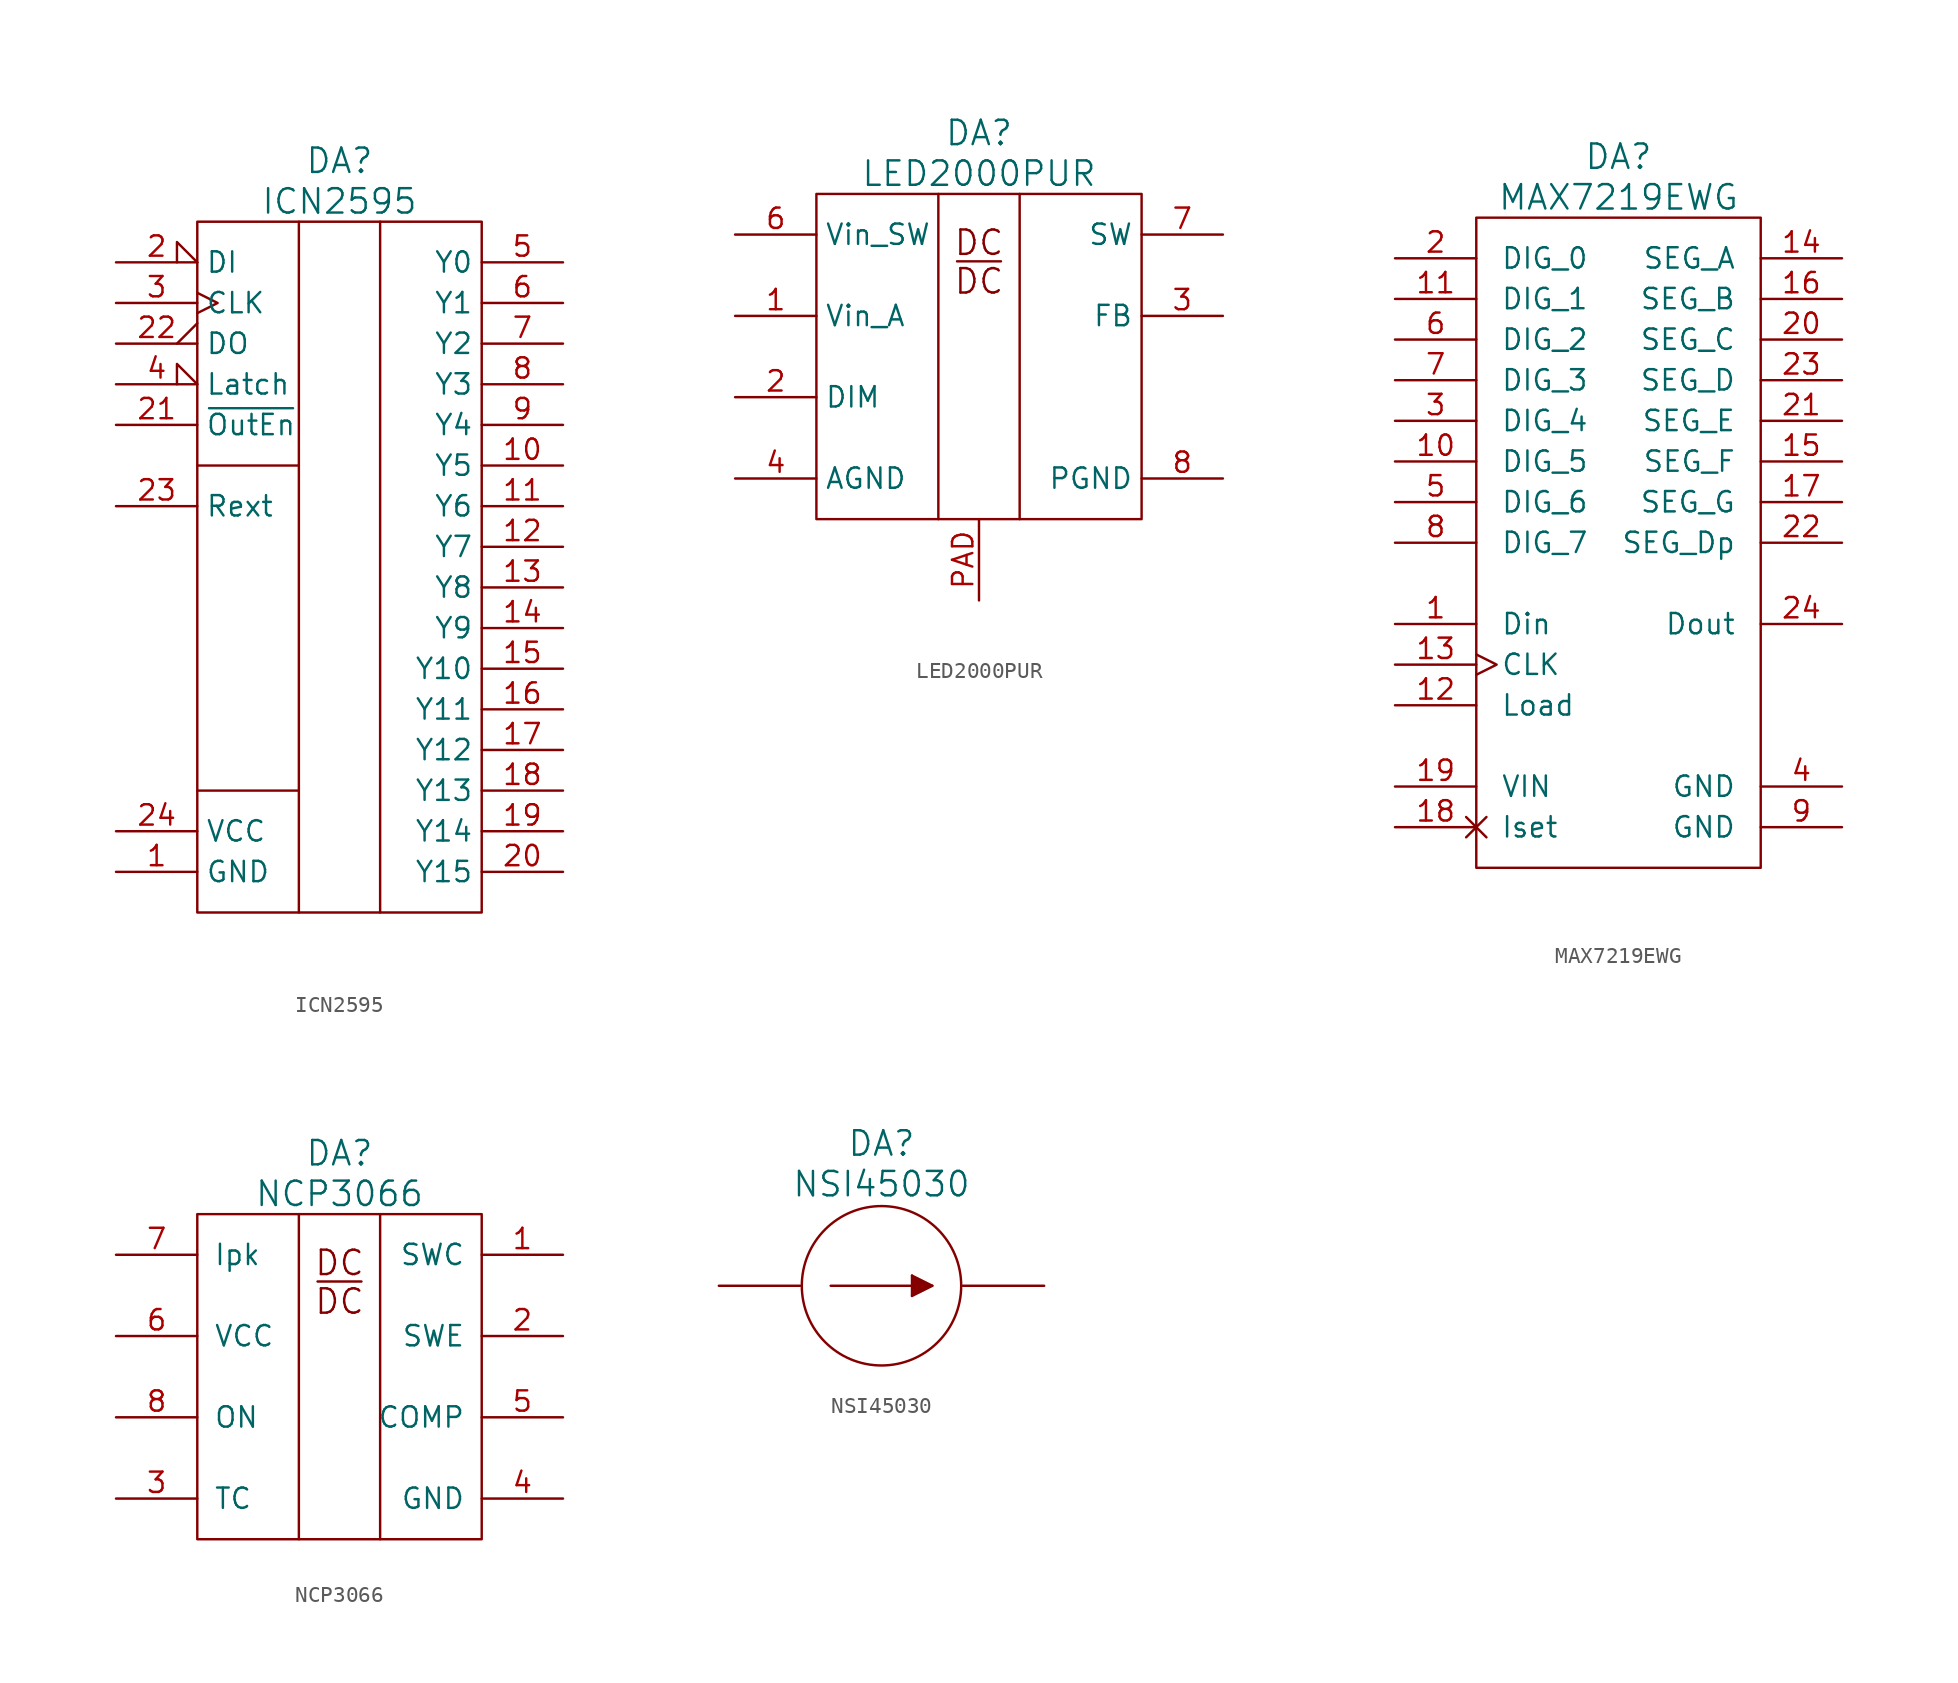
<source format=kicad_sym>
(kicad_symbol_lib
  (version 20220914)
  (generator kicad_symbol_editor)
  (symbol "ICN2595"
    (property "Reference" "DA"
      (at 0 25.4 0)
      (effects (font (size 1.524 1.524))))
    (property "Value" "ICN2595"
      (at 0 22.86 0)
      (effects (font (size 1.524 1.524))))
    (symbol "ICN2595_0_1"
      (rectangle (start -8.89 21.59) (end 8.89 -21.59) (stroke (width 0) (type solid)) (fill (type none)))
      (polyline (pts (xy -8.89 6.35) (xy -2.54 6.35)) (stroke (width 0) (type solid)) (fill (type none)))
      (polyline (pts (xy -2.54 -13.97) (xy -8.89 -13.97)) (stroke (width 0) (type solid)) (fill (type none)))
      (polyline (pts (xy -2.54 21.59) (xy -2.54 -6.35) (xy -2.54 -21.59)) (stroke (width 0) (type solid)) (fill (type none)))
      (polyline (pts (xy 2.54 21.59) (xy 2.54 -6.35) (xy 2.54 -21.59)) (stroke (width 0) (type solid)) (fill (type none))))
    (symbol "ICN2595_1_1"
      (pin power_in line (at -13.97 -19.05 0) (length 5.08) (name "GND" (effects (font (size 1.27 1.27)))) (number "1" (effects (font (size 1.27 1.27)))))
      (pin passive line (at 13.97 6.35 180) (length 5.08) (name "Y5" (effects (font (size 1.27 1.27)))) (number "10" (effects (font (size 1.27 1.27)))))
      (pin passive line (at 13.97 3.81 180) (length 5.08) (name "Y6" (effects (font (size 1.27 1.27)))) (number "11" (effects (font (size 1.27 1.27)))))
      (pin passive line (at 13.97 1.27 180) (length 5.08) (name "Y7" (effects (font (size 1.27 1.27)))) (number "12" (effects (font (size 1.27 1.27)))))
      (pin passive line (at 13.97 -1.27 180) (length 5.08) (name "Y8" (effects (font (size 1.27 1.27)))) (number "13" (effects (font (size 1.27 1.27)))))
      (pin passive line (at 13.97 -3.81 180) (length 5.08) (name "Y9" (effects (font (size 1.27 1.27)))) (number "14" (effects (font (size 1.27 1.27)))))
      (pin passive line (at 13.97 -6.35 180) (length 5.08) (name "Y10" (effects (font (size 1.27 1.27)))) (number "15" (effects (font (size 1.27 1.27)))))
      (pin passive line (at 13.97 -8.89 180) (length 5.08) (name "Y11" (effects (font (size 1.27 1.27)))) (number "16" (effects (font (size 1.27 1.27)))))
      (pin passive line (at 13.97 -11.43 180) (length 5.08) (name "Y12" (effects (font (size 1.27 1.27)))) (number "17" (effects (font (size 1.27 1.27)))))
      (pin passive line (at 13.97 -13.97 180) (length 5.08) (name "Y13" (effects (font (size 1.27 1.27)))) (number "18" (effects (font (size 1.27 1.27)))))
      (pin passive line (at 13.97 -16.51 180) (length 5.08) (name "Y14" (effects (font (size 1.27 1.27)))) (number "19" (effects (font (size 1.27 1.27)))))
      (pin passive input_low (at -13.97 19.05 0) (length 5.08) (name "DI" (effects (font (size 1.27 1.27)))) (number "2" (effects (font (size 1.27 1.27)))))
      (pin passive line (at 13.97 -19.05 180) (length 5.08) (name "Y15" (effects (font (size 1.27 1.27)))) (number "20" (effects (font (size 1.27 1.27)))))
      (pin passive line (at -13.97 8.89 0) (length 5.08) (name "~{OutEn}" (effects (font (size 1.27 1.27)))) (number "21" (effects (font (size 1.27 1.27)))))
      (pin passive output_low (at -13.97 13.97 0) (length 5.08) (name "DO" (effects (font (size 1.27 1.27)))) (number "22" (effects (font (size 1.27 1.27)))))
      (pin passive line (at -13.97 3.81 0) (length 5.08) (name "Rext" (effects (font (size 1.27 1.27)))) (number "23" (effects (font (size 1.27 1.27)))))
      (pin power_in line (at -13.97 -16.51 0) (length 5.08) (name "VCC" (effects (font (size 1.27 1.27)))) (number "24" (effects (font (size 1.27 1.27)))))
      (pin passive clock (at -13.97 16.51 0) (length 5.08) (name "CLK" (effects (font (size 1.27 1.27)))) (number "3" (effects (font (size 1.27 1.27)))))
      (pin passive input_low (at -13.97 11.43 0) (length 5.08) (name "Latch" (effects (font (size 1.27 1.27)))) (number "4" (effects (font (size 1.27 1.27)))))
      (pin passive line (at 13.97 19.05 180) (length 5.08) (name "Y0" (effects (font (size 1.27 1.27)))) (number "5" (effects (font (size 1.27 1.27)))))
      (pin passive line (at 13.97 16.51 180) (length 5.08) (name "Y1" (effects (font (size 1.27 1.27)))) (number "6" (effects (font (size 1.27 1.27)))))
      (pin passive line (at 13.97 13.97 180) (length 5.08) (name "Y2" (effects (font (size 1.27 1.27)))) (number "7" (effects (font (size 1.27 1.27)))))
      (pin passive line (at 13.97 11.43 180) (length 5.08) (name "Y3" (effects (font (size 1.27 1.27)))) (number "8" (effects (font (size 1.27 1.27)))))
      (pin passive line (at 13.97 8.89 180) (length 5.08) (name "Y4" (effects (font (size 1.27 1.27)))) (number "9" (effects (font (size 1.27 1.27)))))))
  (symbol "LED2000PUR"
    (property "Reference" "DA"
      (at 0 13.97 0)
      (effects (font (size 1.524 1.524))))
    (property "Value" "LED2000PUR"
      (at 0 11.43 0)
      (effects (font (size 1.524 1.524))))
    (property "Datasheet" ""
      (at -1.27 -2.54 0)
      (effects (font (size 1.524 1.524))))
    (symbol "LED2000PUR_0_0"
      (text "DC" (at 0 7.112 0) (effects (font (size 1.524 1.524))))
      (text "~{DC}" (at 0 4.699 0) (effects (font (size 1.524 1.524)))))
    (symbol "LED2000PUR_0_1"
      (rectangle (start -10.16 10.16) (end 10.16 -10.16) (stroke (width 0) (type solid)) (fill (type none)))
      (polyline (pts (xy 2.54 10.16) (xy 2.54 -10.16)) (stroke (width 0) (type solid)) (fill (type none)))
      (polyline (pts (xy -2.54 10.16) (xy -2.54 0) (xy -2.54 -10.16)) (stroke (width 0) (type solid)) (fill (type none))))
    (symbol "LED2000PUR_1_1"
      (pin power_in line (at -15.24 2.54 0) (length 5.08) (name "Vin_A" (effects (font (size 1.27 1.27)))) (number "1" (effects (font (size 1.27 1.27)))))
      (pin passive line (at -15.24 -2.54 0) (length 5.08) (name "DIM" (effects (font (size 1.27 1.27)))) (number "2" (effects (font (size 1.27 1.27)))))
      (pin passive line (at 15.24 2.54 180) (length 5.08) (name "FB" (effects (font (size 1.27 1.27)))) (number "3" (effects (font (size 1.27 1.27)))))
      (pin power_in line (at -15.24 -7.62 0) (length 5.08) (name "AGND" (effects (font (size 1.27 1.27)))) (number "4" (effects (font (size 1.27 1.27)))))
      (pin no_connect line (at 15.24 -2.54 180) (length 5.08) hide (name "NC" (effects (font (size 1.27 1.27)))) (number "5" (effects (font (size 1.27 1.27)))))
      (pin power_in line (at -15.24 7.62 0) (length 5.08) (name "Vin_SW" (effects (font (size 1.27 1.27)))) (number "6" (effects (font (size 1.27 1.27)))))
      (pin passive line (at 15.24 7.62 180) (length 5.08) (name "SW" (effects (font (size 1.27 1.27)))) (number "7" (effects (font (size 1.27 1.27)))))
      (pin power_in line (at 15.24 -7.62 180) (length 5.08) (name "PGND" (effects (font (size 1.27 1.27)))) (number "8" (effects (font (size 1.27 1.27)))))
      (pin passive line (at 0 -15.24 90) (length 5.08) (name "~" (effects (font (size 1.27 1.27)))) (number "PAD" (effects (font (size 1.27 1.27)))))))
  (symbol "MAX7219EWG"
    (pin_names
      (offset 1.524))
    (property "Reference" "DA"
      (at 0 24.13 0)
      (effects (font (size 1.524 1.524))))
    (property "Value" "MAX7219EWG"
      (at 0 21.59 0)
      (effects (font (size 1.524 1.524))))
    (symbol "MAX7219EWG_0_1"
      (rectangle (start 8.89 20.32) (end -8.89 -20.32) (stroke (width 0) (type solid)) (fill (type none))))
    (symbol "MAX7219EWG_1_1"
      (pin input line (at -13.97 -5.08 0) (length 5.08) (name "Din" (effects (font (size 1.27 1.27)))) (number "1" (effects (font (size 1.27 1.27)))))
      (pin passive line (at -13.97 5.08 0) (length 5.08) (name "DIG_5" (effects (font (size 1.27 1.27)))) (number "10" (effects (font (size 1.27 1.27)))))
      (pin passive line (at -13.97 15.24 0) (length 5.08) (name "DIG_1" (effects (font (size 1.27 1.27)))) (number "11" (effects (font (size 1.27 1.27)))))
      (pin input line (at -13.97 -10.16 0) (length 5.08) (name "Load" (effects (font (size 1.27 1.27)))) (number "12" (effects (font (size 1.27 1.27)))))
      (pin input clock (at -13.97 -7.62 0) (length 5.08) (name "CLK" (effects (font (size 1.27 1.27)))) (number "13" (effects (font (size 1.27 1.27)))))
      (pin passive line (at 13.97 17.78 180) (length 5.08) (name "SEG_A" (effects (font (size 1.27 1.27)))) (number "14" (effects (font (size 1.27 1.27)))))
      (pin passive line (at 13.97 5.08 180) (length 5.08) (name "SEG_F" (effects (font (size 1.27 1.27)))) (number "15" (effects (font (size 1.27 1.27)))))
      (pin passive line (at 13.97 15.24 180) (length 5.08) (name "SEG_B" (effects (font (size 1.27 1.27)))) (number "16" (effects (font (size 1.27 1.27)))))
      (pin passive line (at 13.97 2.54 180) (length 5.08) (name "SEG_G" (effects (font (size 1.27 1.27)))) (number "17" (effects (font (size 1.27 1.27)))))
      (pin passive non_logic (at -13.97 -17.78 0) (length 5.08) (name "Iset" (effects (font (size 1.27 1.27)))) (number "18" (effects (font (size 1.27 1.27)))))
      (pin power_in line (at -13.97 -15.24 0) (length 5.08) (name "VIN" (effects (font (size 1.27 1.27)))) (number "19" (effects (font (size 1.27 1.27)))))
      (pin passive line (at -13.97 17.78 0) (length 5.08) (name "DIG_0" (effects (font (size 1.27 1.27)))) (number "2" (effects (font (size 1.27 1.27)))))
      (pin passive line (at 13.97 12.7 180) (length 5.08) (name "SEG_C" (effects (font (size 1.27 1.27)))) (number "20" (effects (font (size 1.27 1.27)))))
      (pin passive line (at 13.97 7.62 180) (length 5.08) (name "SEG_E" (effects (font (size 1.27 1.27)))) (number "21" (effects (font (size 1.27 1.27)))))
      (pin passive line (at 13.97 0 180) (length 5.08) (name "SEG_Dp" (effects (font (size 1.27 1.27)))) (number "22" (effects (font (size 1.27 1.27)))))
      (pin passive line (at 13.97 10.16 180) (length 5.08) (name "SEG_D" (effects (font (size 1.27 1.27)))) (number "23" (effects (font (size 1.27 1.27)))))
      (pin output line (at 13.97 -5.08 180) (length 5.08) (name "Dout" (effects (font (size 1.27 1.27)))) (number "24" (effects (font (size 1.27 1.27)))))
      (pin passive line (at -13.97 7.62 0) (length 5.08) (name "DIG_4" (effects (font (size 1.27 1.27)))) (number "3" (effects (font (size 1.27 1.27)))))
      (pin power_in line (at 13.97 -15.24 180) (length 5.08) (name "GND" (effects (font (size 1.27 1.27)))) (number "4" (effects (font (size 1.27 1.27)))))
      (pin passive line (at -13.97 2.54 0) (length 5.08) (name "DIG_6" (effects (font (size 1.27 1.27)))) (number "5" (effects (font (size 1.27 1.27)))))
      (pin passive line (at -13.97 12.7 0) (length 5.08) (name "DIG_2" (effects (font (size 1.27 1.27)))) (number "6" (effects (font (size 1.27 1.27)))))
      (pin passive line (at -13.97 10.16 0) (length 5.08) (name "DIG_3" (effects (font (size 1.27 1.27)))) (number "7" (effects (font (size 1.27 1.27)))))
      (pin passive line (at -13.97 0 0) (length 5.08) (name "DIG_7" (effects (font (size 1.27 1.27)))) (number "8" (effects (font (size 1.27 1.27)))))
      (pin power_in line (at 13.97 -17.78 180) (length 5.08) (name "GND" (effects (font (size 1.27 1.27)))) (number "9" (effects (font (size 1.27 1.27)))))))
  (symbol "NCP3066"
    (pin_names
      (offset 1.016))
    (property "Reference" "DA"
      (at 0 13.97 0)
      (effects (font (size 1.524 1.524))))
    (property "Value" "NCP3066"
      (at 0 11.43 0)
      (effects (font (size 1.524 1.524))))
    (property "Datasheet" ""
      (at -1.27 -2.54 0)
      (effects (font (size 1.524 1.524))))
    (symbol "NCP3066_0_0"
      (text "DC" (at 0 7.112 0) (effects (font (size 1.524 1.524))))
      (text "~{DC}" (at 0 4.699 0) (effects (font (size 1.524 1.524)))))
    (symbol "NCP3066_0_1"
      (rectangle (start -8.89 10.16) (end 8.89 -10.16) (stroke (width 0) (type solid)) (fill (type none)))
      (polyline (pts (xy 2.54 10.16) (xy 2.54 -10.16)) (stroke (width 0) (type solid)) (fill (type none)))
      (polyline (pts (xy -2.54 10.16) (xy -2.54 0) (xy -2.54 -10.16)) (stroke (width 0) (type solid)) (fill (type none))))
    (symbol "NCP3066_1_1"
      (pin passive line (at 13.97 7.62 180) (length 5.08) (name "SWC" (effects (font (size 1.27 1.27)))) (number "1" (effects (font (size 1.27 1.27)))))
      (pin passive line (at 13.97 2.54 180) (length 5.08) (name "SWE" (effects (font (size 1.27 1.27)))) (number "2" (effects (font (size 1.27 1.27)))))
      (pin passive line (at -13.97 -7.62 0) (length 5.08) (name "TC" (effects (font (size 1.27 1.27)))) (number "3" (effects (font (size 1.27 1.27)))))
      (pin power_in line (at 13.97 -7.62 180) (length 5.08) (name "GND" (effects (font (size 1.27 1.27)))) (number "4" (effects (font (size 1.27 1.27)))))
      (pin passive line (at 13.97 -2.54 180) (length 5.08) (name "COMP" (effects (font (size 1.27 1.27)))) (number "5" (effects (font (size 1.27 1.27)))))
      (pin power_in line (at -13.97 2.54 0) (length 5.08) (name "VCC" (effects (font (size 1.27 1.27)))) (number "6" (effects (font (size 1.27 1.27)))))
      (pin passive line (at -13.97 7.62 0) (length 5.08) (name "Ipk" (effects (font (size 1.27 1.27)))) (number "7" (effects (font (size 1.27 1.27)))))
      (pin passive line (at -13.97 -2.54 0) (length 5.08) (name "ON" (effects (font (size 1.27 1.27)))) (number "8" (effects (font (size 1.27 1.27)))))))
  (symbol "NSI45030"
    (pin_numbers hide)
    (pin_names
      (offset 1.016) hide)
    (property "Reference" "DA"
      (at 0 8.89 0)
      (effects (font (size 1.524 1.524))))
    (property "Value" "NSI45030"
      (at 0 6.35 0)
      (effects (font (size 1.524 1.524))))
    (property "Datasheet" ""
      (at 0 10.16 0)
      (effects (font (size 1.524 1.524))))
    (symbol "NSI45030_0_0"
      (circle (center 0 0) (radius 4.978) (stroke (width 0) (type solid)) (fill (type none))))
    (symbol "NSI45030_0_1"
      (polyline (pts (xy 1.905 0.635) (xy 1.905 -0.635)) (stroke (width 0) (type solid)) (fill (type none)))
      (polyline (pts (xy 3.175 0) (xy -3.175 0)) (stroke (width 0) (type solid)) (fill (type none)))
      (polyline (pts (xy 1.905 -0.635) (xy 3.175 0) (xy 1.905 0.635)) (stroke (width 0) (type solid)) (fill (type outline))))
    (symbol "NSI45030_1_1"
      (pin passive line (at -10.16 0 0) (length 5.08) (name "A" (effects (font (size 1.27 1.27)))) (number "A" (effects (font (size 1.27 1.27)))))
      (pin passive line (at 10.16 0 180) (length 5.08) (name "C" (effects (font (size 1.27 1.27)))) (number "C" (effects (font (size 1.27 1.27))))))))
</source>
